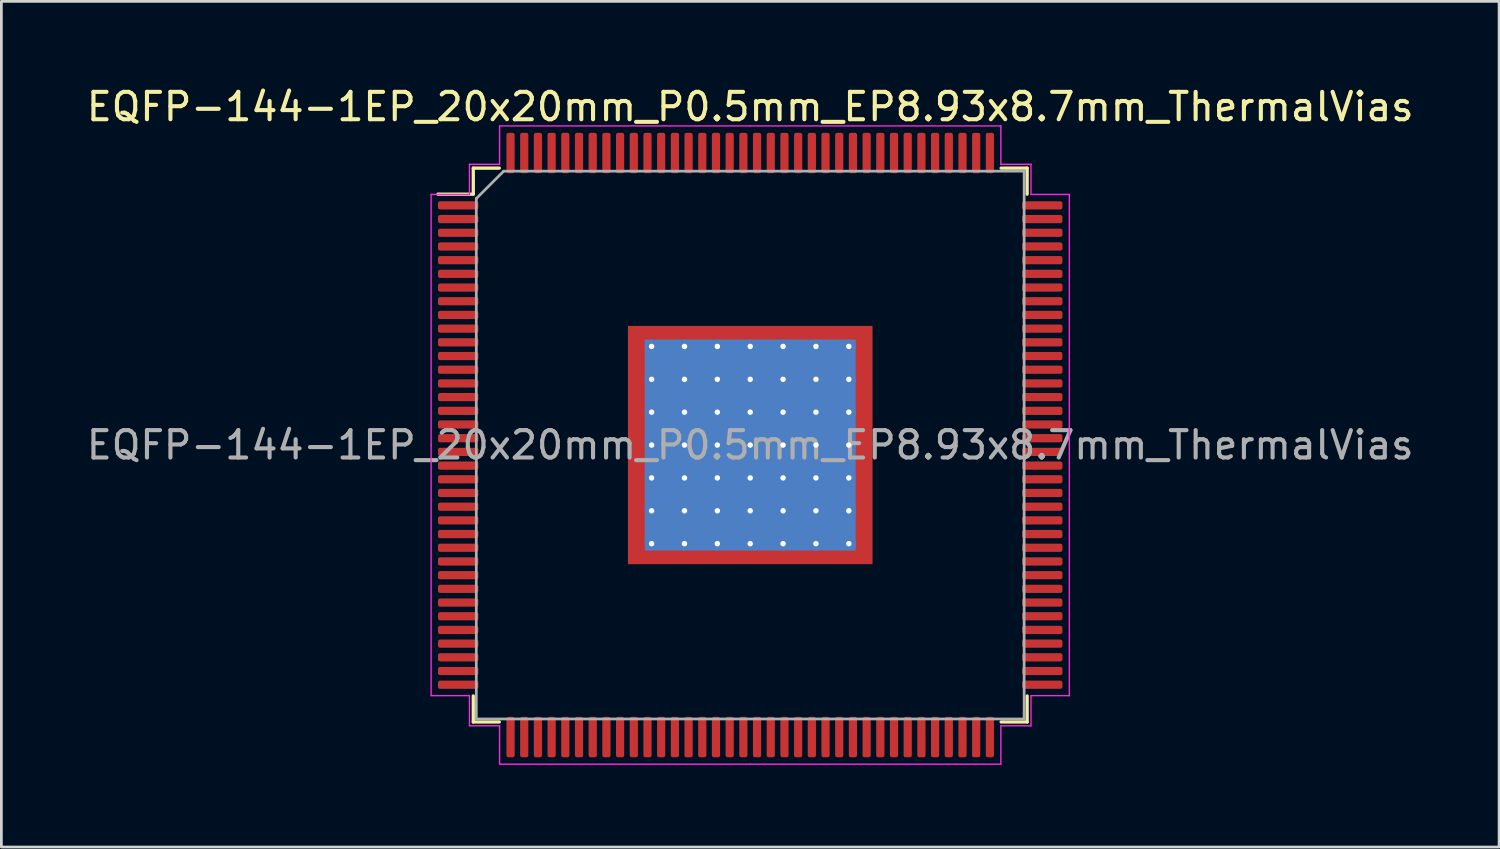
<source format=kicad_pcb>
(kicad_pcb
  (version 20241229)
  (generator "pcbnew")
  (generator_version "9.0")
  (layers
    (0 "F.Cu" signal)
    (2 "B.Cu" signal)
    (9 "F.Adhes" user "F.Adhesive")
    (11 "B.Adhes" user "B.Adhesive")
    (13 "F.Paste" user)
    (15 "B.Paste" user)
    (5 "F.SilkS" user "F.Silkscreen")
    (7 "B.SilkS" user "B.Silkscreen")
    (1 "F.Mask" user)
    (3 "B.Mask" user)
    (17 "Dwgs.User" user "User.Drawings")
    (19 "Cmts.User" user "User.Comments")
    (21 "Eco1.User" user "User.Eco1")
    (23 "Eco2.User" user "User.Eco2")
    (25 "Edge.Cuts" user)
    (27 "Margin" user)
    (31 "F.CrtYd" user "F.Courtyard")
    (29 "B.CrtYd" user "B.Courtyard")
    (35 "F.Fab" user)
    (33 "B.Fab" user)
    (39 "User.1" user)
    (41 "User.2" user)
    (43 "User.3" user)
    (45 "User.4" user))
  (footprint "EQFP-144-1EP_20x20mm_P0.5mm_EP8.93x8.7mm_ThermalVias"
    (layer "F.Cu")
    (at 24.339 13.198)
    (property "Reference" "EQFP-144-1EP_20x20mm_P0.5mm_EP8.93x8.7mm_ThermalVias" (at 0 -12.35 0) (layer "F.SilkS") (effects (font (size 1 1) (thickness 0.15))))
    (attr smd)
    (fp_line (start -10.11 -10.11) (end -10.11 -9.16) (stroke (width 0.12) (type solid)) (layer "F.SilkS"))
    (fp_line (start -10.11 -9.16) (end -11.4 -9.16) (stroke (width 0.12) (type solid)) (layer "F.SilkS"))
    (fp_line (start -10.11 10.11) (end -10.11 9.16) (stroke (width 0.12) (type solid)) (layer "F.SilkS"))
    (fp_line (start -9.16 -10.11) (end -10.11 -10.11) (stroke (width 0.12) (type solid)) (layer "F.SilkS"))
    (fp_line (start -9.16 10.11) (end -10.11 10.11) (stroke (width 0.12) (type solid)) (layer "F.SilkS"))
    (fp_line (start 9.16 -10.11) (end 10.11 -10.11) (stroke (width 0.12) (type solid)) (layer "F.SilkS"))
    (fp_line (start 9.16 10.11) (end 10.11 10.11) (stroke (width 0.12) (type solid)) (layer "F.SilkS"))
    (fp_line (start 10.11 -10.11) (end 10.11 -9.16) (stroke (width 0.12) (type solid)) (layer "F.SilkS"))
    (fp_line (start 10.11 10.11) (end 10.11 9.16) (stroke (width 0.12) (type solid)) (layer "F.SilkS"))
    (fp_line (start -11.65 -9.15) (end -11.65 0) (stroke (width 0.05) (type solid)) (layer "F.CrtYd"))
    (fp_line (start -11.65 9.15) (end -11.65 0) (stroke (width 0.05) (type solid)) (layer "F.CrtYd"))
    (fp_line (start -10.25 -10.25) (end -10.25 -9.15) (stroke (width 0.05) (type solid)) (layer "F.CrtYd"))
    (fp_line (start -10.25 -9.15) (end -11.65 -9.15) (stroke (width 0.05) (type solid)) (layer "F.CrtYd"))
    (fp_line (start -10.25 9.15) (end -11.65 9.15) (stroke (width 0.05) (type solid)) (layer "F.CrtYd"))
    (fp_line (start -10.25 10.25) (end -10.25 9.15) (stroke (width 0.05) (type solid)) (layer "F.CrtYd"))
    (fp_line (start -9.15 -11.65) (end -9.15 -10.25) (stroke (width 0.05) (type solid)) (layer "F.CrtYd"))
    (fp_line (start -9.15 -10.25) (end -10.25 -10.25) (stroke (width 0.05) (type solid)) (layer "F.CrtYd"))
    (fp_line (start -9.15 10.25) (end -10.25 10.25) (stroke (width 0.05) (type solid)) (layer "F.CrtYd"))
    (fp_line (start -9.15 11.65) (end -9.15 10.25) (stroke (width 0.05) (type solid)) (layer "F.CrtYd"))
    (fp_line (start 0 -11.65) (end -9.15 -11.65) (stroke (width 0.05) (type solid)) (layer "F.CrtYd"))
    (fp_line (start 0 -11.65) (end 9.15 -11.65) (stroke (width 0.05) (type solid)) (layer "F.CrtYd"))
    (fp_line (start 0 11.65) (end -9.15 11.65) (stroke (width 0.05) (type solid)) (layer "F.CrtYd"))
    (fp_line (start 0 11.65) (end 9.15 11.65) (stroke (width 0.05) (type solid)) (layer "F.CrtYd"))
    (fp_line (start 9.15 -11.65) (end 9.15 -10.25) (stroke (width 0.05) (type solid)) (layer "F.CrtYd"))
    (fp_line (start 9.15 -10.25) (end 10.25 -10.25) (stroke (width 0.05) (type solid)) (layer "F.CrtYd"))
    (fp_line (start 9.15 10.25) (end 10.25 10.25) (stroke (width 0.05) (type solid)) (layer "F.CrtYd"))
    (fp_line (start 9.15 11.65) (end 9.15 10.25) (stroke (width 0.05) (type solid)) (layer "F.CrtYd"))
    (fp_line (start 10.25 -10.25) (end 10.25 -9.15) (stroke (width 0.05) (type solid)) (layer "F.CrtYd"))
    (fp_line (start 10.25 -9.15) (end 11.65 -9.15) (stroke (width 0.05) (type solid)) (layer "F.CrtYd"))
    (fp_line (start 10.25 9.15) (end 11.65 9.15) (stroke (width 0.05) (type solid)) (layer "F.CrtYd"))
    (fp_line (start 10.25 10.25) (end 10.25 9.15) (stroke (width 0.05) (type solid)) (layer "F.CrtYd"))
    (fp_line (start 11.65 -9.15) (end 11.65 0) (stroke (width 0.05) (type solid)) (layer "F.CrtYd"))
    (fp_line (start 11.65 9.15) (end 11.65 0) (stroke (width 0.05) (type solid)) (layer "F.CrtYd"))
    (fp_line (start -10 -9) (end -9 -10) (stroke (width 0.1) (type solid)) (layer "F.Fab"))
    (fp_line (start -10 10) (end -10 -9) (stroke (width 0.1) (type solid)) (layer "F.Fab"))
    (fp_line (start -9 -10) (end 10 -10) (stroke (width 0.1) (type solid)) (layer "F.Fab"))
    (fp_line (start 10 -10) (end 10 10) (stroke (width 0.1) (type solid)) (layer "F.Fab"))
    (fp_line (start 10 10) (end -10 10) (stroke (width 0.1) (type solid)) (layer "F.Fab"))
    (fp_text user "${REFERENCE}" (at 0 0 0) (layer "F.Fab") (effects (font (size 1 1) (thickness 0.15))))
    (pad "" smd custom (at -4.032 -3.975) (size 0.515 0.515) (layers "F.Paste") (options (anchor circle)) (primitives (gr_poly (pts (xy -0.259 -0.213) (xy 0.259 -0.213) (xy 0.259 0.139) (xy 0.185 0.213) (xy -0.259 0.213)) (width 0.179) (fill yes))))
    (pad "" smd roundrect (at -4.032 -3) (size 0.697 0.967) (layers "F.Paste") (roundrect_rratio 0.25))
    (pad "" smd roundrect (at -4.032 -1.8) (size 0.697 0.967) (layers "F.Paste") (roundrect_rratio 0.25))
    (pad "" smd roundrect (at -4.032 -0.6) (size 0.697 0.967) (layers "F.Paste") (roundrect_rratio 0.25))
    (pad "" smd roundrect (at -4.032 0.6) (size 0.697 0.967) (layers "F.Paste") (roundrect_rratio 0.25))
    (pad "" smd roundrect (at -4.032 1.8) (size 0.697 0.967) (layers "F.Paste") (roundrect_rratio 0.25))
    (pad "" smd roundrect (at -4.032 3) (size 0.697 0.967) (layers "F.Paste") (roundrect_rratio 0.25))
    (pad "" smd custom (at -4.032 3.975) (size 0.515 0.515) (layers "F.Paste") (options (anchor circle)) (primitives (gr_poly (pts (xy -0.259 -0.213) (xy 0.185 -0.213) (xy 0.259 -0.139) (xy 0.259 0.213) (xy -0.259 0.213)) (width 0.179) (fill yes))))
    (pad "" smd custom (at -3 -3.975) (size 0.538 0.538) (layers "F.Paste") (options (anchor circle)) (primitives (gr_poly (pts (xy -0.417 -0.236) (xy 0.417 -0.236) (xy 0.417 0.181) (xy 0.362 0.236) (xy -0.362 0.236) (xy -0.417 0.181)) (width 0.133) (fill yes))))
    (pad "" smd roundrect (at -3 -3) (size 0.967 0.967) (layers "F.Paste") (roundrect_rratio 0.25))
    (pad "" smd roundrect (at -3 -1.8) (size 0.967 0.967) (layers "F.Paste") (roundrect_rratio 0.25))
    (pad "" smd roundrect (at -3 -0.6) (size 0.967 0.967) (layers "F.Paste") (roundrect_rratio 0.25))
    (pad "" smd roundrect (at -3 0.6) (size 0.967 0.967) (layers "F.Paste") (roundrect_rratio 0.25))
    (pad "" smd roundrect (at -3 1.8) (size 0.967 0.967) (layers "F.Paste") (roundrect_rratio 0.25))
    (pad "" smd roundrect (at -3 3) (size 0.967 0.967) (layers "F.Paste") (roundrect_rratio 0.25))
    (pad "" smd custom (at -3 3.975) (size 0.538 0.538) (layers "F.Paste") (options (anchor circle)) (primitives (gr_poly (pts (xy -0.417 -0.181) (xy -0.362 -0.236) (xy 0.362 -0.236) (xy 0.417 -0.181) (xy 0.417 0.236) (xy -0.417 0.236)) (width 0.133) (fill yes))))
    (pad "" smd custom (at -1.8 -3.975) (size 0.538 0.538) (layers "F.Paste") (options (anchor circle)) (primitives (gr_poly (pts (xy -0.417 -0.236) (xy 0.417 -0.236) (xy 0.417 0.181) (xy 0.362 0.236) (xy -0.362 0.236) (xy -0.417 0.181)) (width 0.133) (fill yes))))
    (pad "" smd roundrect (at -1.8 -3) (size 0.967 0.967) (layers "F.Paste") (roundrect_rratio 0.25))
    (pad "" smd roundrect (at -1.8 -1.8) (size 0.967 0.967) (layers "F.Paste") (roundrect_rratio 0.25))
    (pad "" smd roundrect (at -1.8 -0.6) (size 0.967 0.967) (layers "F.Paste") (roundrect_rratio 0.25))
    (pad "" smd roundrect (at -1.8 0.6) (size 0.967 0.967) (layers "F.Paste") (roundrect_rratio 0.25))
    (pad "" smd roundrect (at -1.8 1.8) (size 0.967 0.967) (layers "F.Paste") (roundrect_rratio 0.25))
    (pad "" smd roundrect (at -1.8 3) (size 0.967 0.967) (layers "F.Paste") (roundrect_rratio 0.25))
    (pad "" smd custom (at -1.8 3.975) (size 0.538 0.538) (layers "F.Paste") (options (anchor circle)) (primitives (gr_poly (pts (xy -0.417 -0.181) (xy -0.362 -0.236) (xy 0.362 -0.236) (xy 0.417 -0.181) (xy 0.417 0.236) (xy -0.417 0.236)) (width 0.133) (fill yes))))
    (pad "" smd custom (at -0.6 -3.975) (size 0.538 0.538) (layers "F.Paste") (options (anchor circle)) (primitives (gr_poly (pts (xy -0.417 -0.236) (xy 0.417 -0.236) (xy 0.417 0.181) (xy 0.362 0.236) (xy -0.362 0.236) (xy -0.417 0.181)) (width 0.133) (fill yes))))
    (pad "" smd roundrect (at -0.6 -3) (size 0.967 0.967) (layers "F.Paste") (roundrect_rratio 0.25))
    (pad "" smd roundrect (at -0.6 -1.8) (size 0.967 0.967) (layers "F.Paste") (roundrect_rratio 0.25))
    (pad "" smd roundrect (at -0.6 -0.6) (size 0.967 0.967) (layers "F.Paste") (roundrect_rratio 0.25))
    (pad "" smd roundrect (at -0.6 0.6) (size 0.967 0.967) (layers "F.Paste") (roundrect_rratio 0.25))
    (pad "" smd roundrect (at -0.6 1.8) (size 0.967 0.967) (layers "F.Paste") (roundrect_rratio 0.25))
    (pad "" smd roundrect (at -0.6 3) (size 0.967 0.967) (layers "F.Paste") (roundrect_rratio 0.25))
    (pad "" smd custom (at -0.6 3.975) (size 0.538 0.538) (layers "F.Paste") (options (anchor circle)) (primitives (gr_poly (pts (xy -0.417 -0.181) (xy -0.362 -0.236) (xy 0.362 -0.236) (xy 0.417 -0.181) (xy 0.417 0.236) (xy -0.417 0.236)) (width 0.133) (fill yes))))
    (pad "" smd custom (at 0.6 -3.975) (size 0.538 0.538) (layers "F.Paste") (options (anchor circle)) (primitives (gr_poly (pts (xy -0.417 -0.236) (xy 0.417 -0.236) (xy 0.417 0.181) (xy 0.362 0.236) (xy -0.362 0.236) (xy -0.417 0.181)) (width 0.133) (fill yes))))
    (pad "" smd roundrect (at 0.6 -3) (size 0.967 0.967) (layers "F.Paste") (roundrect_rratio 0.25))
    (pad "" smd roundrect (at 0.6 -1.8) (size 0.967 0.967) (layers "F.Paste") (roundrect_rratio 0.25))
    (pad "" smd roundrect (at 0.6 -0.6) (size 0.967 0.967) (layers "F.Paste") (roundrect_rratio 0.25))
    (pad "" smd roundrect (at 0.6 0.6) (size 0.967 0.967) (layers "F.Paste") (roundrect_rratio 0.25))
    (pad "" smd roundrect (at 0.6 1.8) (size 0.967 0.967) (layers "F.Paste") (roundrect_rratio 0.25))
    (pad "" smd roundrect (at 0.6 3) (size 0.967 0.967) (layers "F.Paste") (roundrect_rratio 0.25))
    (pad "" smd custom (at 0.6 3.975) (size 0.538 0.538) (layers "F.Paste") (options (anchor circle)) (primitives (gr_poly (pts (xy -0.417 -0.181) (xy -0.362 -0.236) (xy 0.362 -0.236) (xy 0.417 -0.181) (xy 0.417 0.236) (xy -0.417 0.236)) (width 0.133) (fill yes))))
    (pad "" smd custom (at 1.8 -3.975) (size 0.538 0.538) (layers "F.Paste") (options (anchor circle)) (primitives (gr_poly (pts (xy -0.417 -0.236) (xy 0.417 -0.236) (xy 0.417 0.181) (xy 0.362 0.236) (xy -0.362 0.236) (xy -0.417 0.181)) (width 0.133) (fill yes))))
    (pad "" smd roundrect (at 1.8 -3) (size 0.967 0.967) (layers "F.Paste") (roundrect_rratio 0.25))
    (pad "" smd roundrect (at 1.8 -1.8) (size 0.967 0.967) (layers "F.Paste") (roundrect_rratio 0.25))
    (pad "" smd roundrect (at 1.8 -0.6) (size 0.967 0.967) (layers "F.Paste") (roundrect_rratio 0.25))
    (pad "" smd roundrect (at 1.8 0.6) (size 0.967 0.967) (layers "F.Paste") (roundrect_rratio 0.25))
    (pad "" smd roundrect (at 1.8 1.8) (size 0.967 0.967) (layers "F.Paste") (roundrect_rratio 0.25))
    (pad "" smd roundrect (at 1.8 3) (size 0.967 0.967) (layers "F.Paste") (roundrect_rratio 0.25))
    (pad "" smd custom (at 1.8 3.975) (size 0.538 0.538) (layers "F.Paste") (options (anchor circle)) (primitives (gr_poly (pts (xy -0.417 -0.181) (xy -0.362 -0.236) (xy 0.362 -0.236) (xy 0.417 -0.181) (xy 0.417 0.236) (xy -0.417 0.236)) (width 0.133) (fill yes))))
    (pad "" smd custom (at 3 -3.975) (size 0.538 0.538) (layers "F.Paste") (options (anchor circle)) (primitives (gr_poly (pts (xy -0.417 -0.236) (xy 0.417 -0.236) (xy 0.417 0.181) (xy 0.362 0.236) (xy -0.362 0.236) (xy -0.417 0.181)) (width 0.133) (fill yes))))
    (pad "" smd roundrect (at 3 -3) (size 0.967 0.967) (layers "F.Paste") (roundrect_rratio 0.25))
    (pad "" smd roundrect (at 3 -1.8) (size 0.967 0.967) (layers "F.Paste") (roundrect_rratio 0.25))
    (pad "" smd roundrect (at 3 -0.6) (size 0.967 0.967) (layers "F.Paste") (roundrect_rratio 0.25))
    (pad "" smd roundrect (at 3 0.6) (size 0.967 0.967) (layers "F.Paste") (roundrect_rratio 0.25))
    (pad "" smd roundrect (at 3 1.8) (size 0.967 0.967) (layers "F.Paste") (roundrect_rratio 0.25))
    (pad "" smd roundrect (at 3 3) (size 0.967 0.967) (layers "F.Paste") (roundrect_rratio 0.25))
    (pad "" smd custom (at 3 3.975) (size 0.538 0.538) (layers "F.Paste") (options (anchor circle)) (primitives (gr_poly (pts (xy -0.417 -0.181) (xy -0.362 -0.236) (xy 0.362 -0.236) (xy 0.417 -0.181) (xy 0.417 0.236) (xy -0.417 0.236)) (width 0.133) (fill yes))))
    (pad "" smd custom (at 4.032 -3.975) (size 0.515 0.515) (layers "F.Paste") (options (anchor circle)) (primitives (gr_poly (pts (xy -0.259 -0.213) (xy 0.259 -0.213) (xy 0.259 0.213) (xy -0.185 0.213) (xy -0.259 0.139)) (width 0.179) (fill yes))))
    (pad "" smd roundrect (at 4.032 -3) (size 0.697 0.967) (layers "F.Paste") (roundrect_rratio 0.25))
    (pad "" smd roundrect (at 4.032 -1.8) (size 0.697 0.967) (layers "F.Paste") (roundrect_rratio 0.25))
    (pad "" smd roundrect (at 4.032 -0.6) (size 0.697 0.967) (layers "F.Paste") (roundrect_rratio 0.25))
    (pad "" smd roundrect (at 4.032 0.6) (size 0.697 0.967) (layers "F.Paste") (roundrect_rratio 0.25))
    (pad "" smd roundrect (at 4.032 1.8) (size 0.697 0.967) (layers "F.Paste") (roundrect_rratio 0.25))
    (pad "" smd roundrect (at 4.032 3) (size 0.697 0.967) (layers "F.Paste") (roundrect_rratio 0.25))
    (pad "" smd custom (at 4.032 3.975) (size 0.515 0.515) (layers "F.Paste") (options (anchor circle)) (primitives (gr_poly (pts (xy -0.259 -0.139) (xy -0.185 -0.213) (xy 0.259 -0.213) (xy 0.259 0.213) (xy -0.259 0.213)) (width 0.179) (fill yes))))
    (pad "1" smd roundrect (at -10.662 -8.75) (size 1.475 0.3) (layers "F.Cu" "F.Mask" "F.Paste") (roundrect_rratio 0.25))
    (pad "2" smd roundrect (at -10.662 -8.25) (size 1.475 0.3) (layers "F.Cu" "F.Mask" "F.Paste") (roundrect_rratio 0.25))
    (pad "3" smd roundrect (at -10.662 -7.75) (size 1.475 0.3) (layers "F.Cu" "F.Mask" "F.Paste") (roundrect_rratio 0.25))
    (pad "4" smd roundrect (at -10.662 -7.25) (size 1.475 0.3) (layers "F.Cu" "F.Mask" "F.Paste") (roundrect_rratio 0.25))
    (pad "5" smd roundrect (at -10.662 -6.75) (size 1.475 0.3) (layers "F.Cu" "F.Mask" "F.Paste") (roundrect_rratio 0.25))
    (pad "6" smd roundrect (at -10.662 -6.25) (size 1.475 0.3) (layers "F.Cu" "F.Mask" "F.Paste") (roundrect_rratio 0.25))
    (pad "7" smd roundrect (at -10.662 -5.75) (size 1.475 0.3) (layers "F.Cu" "F.Mask" "F.Paste") (roundrect_rratio 0.25))
    (pad "8" smd roundrect (at -10.662 -5.25) (size 1.475 0.3) (layers "F.Cu" "F.Mask" "F.Paste") (roundrect_rratio 0.25))
    (pad "9" smd roundrect (at -10.662 -4.75) (size 1.475 0.3) (layers "F.Cu" "F.Mask" "F.Paste") (roundrect_rratio 0.25))
    (pad "10" smd roundrect (at -10.662 -4.25) (size 1.475 0.3) (layers "F.Cu" "F.Mask" "F.Paste") (roundrect_rratio 0.25))
    (pad "11" smd roundrect (at -10.662 -3.75) (size 1.475 0.3) (layers "F.Cu" "F.Mask" "F.Paste") (roundrect_rratio 0.25))
    (pad "12" smd roundrect (at -10.662 -3.25) (size 1.475 0.3) (layers "F.Cu" "F.Mask" "F.Paste") (roundrect_rratio 0.25))
    (pad "13" smd roundrect (at -10.662 -2.75) (size 1.475 0.3) (layers "F.Cu" "F.Mask" "F.Paste") (roundrect_rratio 0.25))
    (pad "14" smd roundrect (at -10.662 -2.25) (size 1.475 0.3) (layers "F.Cu" "F.Mask" "F.Paste") (roundrect_rratio 0.25))
    (pad "15" smd roundrect (at -10.662 -1.75) (size 1.475 0.3) (layers "F.Cu" "F.Mask" "F.Paste") (roundrect_rratio 0.25))
    (pad "16" smd roundrect (at -10.662 -1.25) (size 1.475 0.3) (layers "F.Cu" "F.Mask" "F.Paste") (roundrect_rratio 0.25))
    (pad "17" smd roundrect (at -10.662 -0.75) (size 1.475 0.3) (layers "F.Cu" "F.Mask" "F.Paste") (roundrect_rratio 0.25))
    (pad "18" smd roundrect (at -10.662 -0.25) (size 1.475 0.3) (layers "F.Cu" "F.Mask" "F.Paste") (roundrect_rratio 0.25))
    (pad "19" smd roundrect (at -10.662 0.25) (size 1.475 0.3) (layers "F.Cu" "F.Mask" "F.Paste") (roundrect_rratio 0.25))
    (pad "20" smd roundrect (at -10.662 0.75) (size 1.475 0.3) (layers "F.Cu" "F.Mask" "F.Paste") (roundrect_rratio 0.25))
    (pad "21" smd roundrect (at -10.662 1.25) (size 1.475 0.3) (layers "F.Cu" "F.Mask" "F.Paste") (roundrect_rratio 0.25))
    (pad "22" smd roundrect (at -10.662 1.75) (size 1.475 0.3) (layers "F.Cu" "F.Mask" "F.Paste") (roundrect_rratio 0.25))
    (pad "23" smd roundrect (at -10.662 2.25) (size 1.475 0.3) (layers "F.Cu" "F.Mask" "F.Paste") (roundrect_rratio 0.25))
    (pad "24" smd roundrect (at -10.662 2.75) (size 1.475 0.3) (layers "F.Cu" "F.Mask" "F.Paste") (roundrect_rratio 0.25))
    (pad "25" smd roundrect (at -10.662 3.25) (size 1.475 0.3) (layers "F.Cu" "F.Mask" "F.Paste") (roundrect_rratio 0.25))
    (pad "26" smd roundrect (at -10.662 3.75) (size 1.475 0.3) (layers "F.Cu" "F.Mask" "F.Paste") (roundrect_rratio 0.25))
    (pad "27" smd roundrect (at -10.662 4.25) (size 1.475 0.3) (layers "F.Cu" "F.Mask" "F.Paste") (roundrect_rratio 0.25))
    (pad "28" smd roundrect (at -10.662 4.75) (size 1.475 0.3) (layers "F.Cu" "F.Mask" "F.Paste") (roundrect_rratio 0.25))
    (pad "29" smd roundrect (at -10.662 5.25) (size 1.475 0.3) (layers "F.Cu" "F.Mask" "F.Paste") (roundrect_rratio 0.25))
    (pad "30" smd roundrect (at -10.662 5.75) (size 1.475 0.3) (layers "F.Cu" "F.Mask" "F.Paste") (roundrect_rratio 0.25))
    (pad "31" smd roundrect (at -10.662 6.25) (size 1.475 0.3) (layers "F.Cu" "F.Mask" "F.Paste") (roundrect_rratio 0.25))
    (pad "32" smd roundrect (at -10.662 6.75) (size 1.475 0.3) (layers "F.Cu" "F.Mask" "F.Paste") (roundrect_rratio 0.25))
    (pad "33" smd roundrect (at -10.662 7.25) (size 1.475 0.3) (layers "F.Cu" "F.Mask" "F.Paste") (roundrect_rratio 0.25))
    (pad "34" smd roundrect (at -10.662 7.75) (size 1.475 0.3) (layers "F.Cu" "F.Mask" "F.Paste") (roundrect_rratio 0.25))
    (pad "35" smd roundrect (at -10.662 8.25) (size 1.475 0.3) (layers "F.Cu" "F.Mask" "F.Paste") (roundrect_rratio 0.25))
    (pad "36" smd roundrect (at -10.662 8.75) (size 1.475 0.3) (layers "F.Cu" "F.Mask" "F.Paste") (roundrect_rratio 0.25))
    (pad "37" smd roundrect (at -8.75 10.662) (size 0.3 1.475) (layers "F.Cu" "F.Mask" "F.Paste") (roundrect_rratio 0.25))
    (pad "38" smd roundrect (at -8.25 10.662) (size 0.3 1.475) (layers "F.Cu" "F.Mask" "F.Paste") (roundrect_rratio 0.25))
    (pad "39" smd roundrect (at -7.75 10.662) (size 0.3 1.475) (layers "F.Cu" "F.Mask" "F.Paste") (roundrect_rratio 0.25))
    (pad "40" smd roundrect (at -7.25 10.662) (size 0.3 1.475) (layers "F.Cu" "F.Mask" "F.Paste") (roundrect_rratio 0.25))
    (pad "41" smd roundrect (at -6.75 10.662) (size 0.3 1.475) (layers "F.Cu" "F.Mask" "F.Paste") (roundrect_rratio 0.25))
    (pad "42" smd roundrect (at -6.25 10.662) (size 0.3 1.475) (layers "F.Cu" "F.Mask" "F.Paste") (roundrect_rratio 0.25))
    (pad "43" smd roundrect (at -5.75 10.662) (size 0.3 1.475) (layers "F.Cu" "F.Mask" "F.Paste") (roundrect_rratio 0.25))
    (pad "44" smd roundrect (at -5.25 10.662) (size 0.3 1.475) (layers "F.Cu" "F.Mask" "F.Paste") (roundrect_rratio 0.25))
    (pad "45" smd roundrect (at -4.75 10.662) (size 0.3 1.475) (layers "F.Cu" "F.Mask" "F.Paste") (roundrect_rratio 0.25))
    (pad "46" smd roundrect (at -4.25 10.662) (size 0.3 1.475) (layers "F.Cu" "F.Mask" "F.Paste") (roundrect_rratio 0.25))
    (pad "47" smd roundrect (at -3.75 10.662) (size 0.3 1.475) (layers "F.Cu" "F.Mask" "F.Paste") (roundrect_rratio 0.25))
    (pad "48" smd roundrect (at -3.25 10.662) (size 0.3 1.475) (layers "F.Cu" "F.Mask" "F.Paste") (roundrect_rratio 0.25))
    (pad "49" smd roundrect (at -2.75 10.662) (size 0.3 1.475) (layers "F.Cu" "F.Mask" "F.Paste") (roundrect_rratio 0.25))
    (pad "50" smd roundrect (at -2.25 10.662) (size 0.3 1.475) (layers "F.Cu" "F.Mask" "F.Paste") (roundrect_rratio 0.25))
    (pad "51" smd roundrect (at -1.75 10.662) (size 0.3 1.475) (layers "F.Cu" "F.Mask" "F.Paste") (roundrect_rratio 0.25))
    (pad "52" smd roundrect (at -1.25 10.662) (size 0.3 1.475) (layers "F.Cu" "F.Mask" "F.Paste") (roundrect_rratio 0.25))
    (pad "53" smd roundrect (at -0.75 10.662) (size 0.3 1.475) (layers "F.Cu" "F.Mask" "F.Paste") (roundrect_rratio 0.25))
    (pad "54" smd roundrect (at -0.25 10.662) (size 0.3 1.475) (layers "F.Cu" "F.Mask" "F.Paste") (roundrect_rratio 0.25))
    (pad "55" smd roundrect (at 0.25 10.662) (size 0.3 1.475) (layers "F.Cu" "F.Mask" "F.Paste") (roundrect_rratio 0.25))
    (pad "56" smd roundrect (at 0.75 10.662) (size 0.3 1.475) (layers "F.Cu" "F.Mask" "F.Paste") (roundrect_rratio 0.25))
    (pad "57" smd roundrect (at 1.25 10.662) (size 0.3 1.475) (layers "F.Cu" "F.Mask" "F.Paste") (roundrect_rratio 0.25))
    (pad "58" smd roundrect (at 1.75 10.662) (size 0.3 1.475) (layers "F.Cu" "F.Mask" "F.Paste") (roundrect_rratio 0.25))
    (pad "59" smd roundrect (at 2.25 10.662) (size 0.3 1.475) (layers "F.Cu" "F.Mask" "F.Paste") (roundrect_rratio 0.25))
    (pad "60" smd roundrect (at 2.75 10.662) (size 0.3 1.475) (layers "F.Cu" "F.Mask" "F.Paste") (roundrect_rratio 0.25))
    (pad "61" smd roundrect (at 3.25 10.662) (size 0.3 1.475) (layers "F.Cu" "F.Mask" "F.Paste") (roundrect_rratio 0.25))
    (pad "62" smd roundrect (at 3.75 10.662) (size 0.3 1.475) (layers "F.Cu" "F.Mask" "F.Paste") (roundrect_rratio 0.25))
    (pad "63" smd roundrect (at 4.25 10.662) (size 0.3 1.475) (layers "F.Cu" "F.Mask" "F.Paste") (roundrect_rratio 0.25))
    (pad "64" smd roundrect (at 4.75 10.662) (size 0.3 1.475) (layers "F.Cu" "F.Mask" "F.Paste") (roundrect_rratio 0.25))
    (pad "65" smd roundrect (at 5.25 10.662) (size 0.3 1.475) (layers "F.Cu" "F.Mask" "F.Paste") (roundrect_rratio 0.25))
    (pad "66" smd roundrect (at 5.75 10.662) (size 0.3 1.475) (layers "F.Cu" "F.Mask" "F.Paste") (roundrect_rratio 0.25))
    (pad "67" smd roundrect (at 6.25 10.662) (size 0.3 1.475) (layers "F.Cu" "F.Mask" "F.Paste") (roundrect_rratio 0.25))
    (pad "68" smd roundrect (at 6.75 10.662) (size 0.3 1.475) (layers "F.Cu" "F.Mask" "F.Paste") (roundrect_rratio 0.25))
    (pad "69" smd roundrect (at 7.25 10.662) (size 0.3 1.475) (layers "F.Cu" "F.Mask" "F.Paste") (roundrect_rratio 0.25))
    (pad "70" smd roundrect (at 7.75 10.662) (size 0.3 1.475) (layers "F.Cu" "F.Mask" "F.Paste") (roundrect_rratio 0.25))
    (pad "71" smd roundrect (at 8.25 10.662) (size 0.3 1.475) (layers "F.Cu" "F.Mask" "F.Paste") (roundrect_rratio 0.25))
    (pad "72" smd roundrect (at 8.75 10.662) (size 0.3 1.475) (layers "F.Cu" "F.Mask" "F.Paste") (roundrect_rratio 0.25))
    (pad "73" smd roundrect (at 10.662 8.75) (size 1.475 0.3) (layers "F.Cu" "F.Mask" "F.Paste") (roundrect_rratio 0.25))
    (pad "74" smd roundrect (at 10.662 8.25) (size 1.475 0.3) (layers "F.Cu" "F.Mask" "F.Paste") (roundrect_rratio 0.25))
    (pad "75" smd roundrect (at 10.662 7.75) (size 1.475 0.3) (layers "F.Cu" "F.Mask" "F.Paste") (roundrect_rratio 0.25))
    (pad "76" smd roundrect (at 10.662 7.25) (size 1.475 0.3) (layers "F.Cu" "F.Mask" "F.Paste") (roundrect_rratio 0.25))
    (pad "77" smd roundrect (at 10.662 6.75) (size 1.475 0.3) (layers "F.Cu" "F.Mask" "F.Paste") (roundrect_rratio 0.25))
    (pad "78" smd roundrect (at 10.662 6.25) (size 1.475 0.3) (layers "F.Cu" "F.Mask" "F.Paste") (roundrect_rratio 0.25))
    (pad "79" smd roundrect (at 10.662 5.75) (size 1.475 0.3) (layers "F.Cu" "F.Mask" "F.Paste") (roundrect_rratio 0.25))
    (pad "80" smd roundrect (at 10.662 5.25) (size 1.475 0.3) (layers "F.Cu" "F.Mask" "F.Paste") (roundrect_rratio 0.25))
    (pad "81" smd roundrect (at 10.662 4.75) (size 1.475 0.3) (layers "F.Cu" "F.Mask" "F.Paste") (roundrect_rratio 0.25))
    (pad "82" smd roundrect (at 10.662 4.25) (size 1.475 0.3) (layers "F.Cu" "F.Mask" "F.Paste") (roundrect_rratio 0.25))
    (pad "83" smd roundrect (at 10.662 3.75) (size 1.475 0.3) (layers "F.Cu" "F.Mask" "F.Paste") (roundrect_rratio 0.25))
    (pad "84" smd roundrect (at 10.662 3.25) (size 1.475 0.3) (layers "F.Cu" "F.Mask" "F.Paste") (roundrect_rratio 0.25))
    (pad "85" smd roundrect (at 10.662 2.75) (size 1.475 0.3) (layers "F.Cu" "F.Mask" "F.Paste") (roundrect_rratio 0.25))
    (pad "86" smd roundrect (at 10.662 2.25) (size 1.475 0.3) (layers "F.Cu" "F.Mask" "F.Paste") (roundrect_rratio 0.25))
    (pad "87" smd roundrect (at 10.662 1.75) (size 1.475 0.3) (layers "F.Cu" "F.Mask" "F.Paste") (roundrect_rratio 0.25))
    (pad "88" smd roundrect (at 10.662 1.25) (size 1.475 0.3) (layers "F.Cu" "F.Mask" "F.Paste") (roundrect_rratio 0.25))
    (pad "89" smd roundrect (at 10.662 0.75) (size 1.475 0.3) (layers "F.Cu" "F.Mask" "F.Paste") (roundrect_rratio 0.25))
    (pad "90" smd roundrect (at 10.662 0.25) (size 1.475 0.3) (layers "F.Cu" "F.Mask" "F.Paste") (roundrect_rratio 0.25))
    (pad "91" smd roundrect (at 10.662 -0.25) (size 1.475 0.3) (layers "F.Cu" "F.Mask" "F.Paste") (roundrect_rratio 0.25))
    (pad "92" smd roundrect (at 10.662 -0.75) (size 1.475 0.3) (layers "F.Cu" "F.Mask" "F.Paste") (roundrect_rratio 0.25))
    (pad "93" smd roundrect (at 10.662 -1.25) (size 1.475 0.3) (layers "F.Cu" "F.Mask" "F.Paste") (roundrect_rratio 0.25))
    (pad "94" smd roundrect (at 10.662 -1.75) (size 1.475 0.3) (layers "F.Cu" "F.Mask" "F.Paste") (roundrect_rratio 0.25))
    (pad "95" smd roundrect (at 10.662 -2.25) (size 1.475 0.3) (layers "F.Cu" "F.Mask" "F.Paste") (roundrect_rratio 0.25))
    (pad "96" smd roundrect (at 10.662 -2.75) (size 1.475 0.3) (layers "F.Cu" "F.Mask" "F.Paste") (roundrect_rratio 0.25))
    (pad "97" smd roundrect (at 10.662 -3.25) (size 1.475 0.3) (layers "F.Cu" "F.Mask" "F.Paste") (roundrect_rratio 0.25))
    (pad "98" smd roundrect (at 10.662 -3.75) (size 1.475 0.3) (layers "F.Cu" "F.Mask" "F.Paste") (roundrect_rratio 0.25))
    (pad "99" smd roundrect (at 10.662 -4.25) (size 1.475 0.3) (layers "F.Cu" "F.Mask" "F.Paste") (roundrect_rratio 0.25))
    (pad "100" smd roundrect (at 10.662 -4.75) (size 1.475 0.3) (layers "F.Cu" "F.Mask" "F.Paste") (roundrect_rratio 0.25))
    (pad "101" smd roundrect (at 10.662 -5.25) (size 1.475 0.3) (layers "F.Cu" "F.Mask" "F.Paste") (roundrect_rratio 0.25))
    (pad "102" smd roundrect (at 10.662 -5.75) (size 1.475 0.3) (layers "F.Cu" "F.Mask" "F.Paste") (roundrect_rratio 0.25))
    (pad "103" smd roundrect (at 10.662 -6.25) (size 1.475 0.3) (layers "F.Cu" "F.Mask" "F.Paste") (roundrect_rratio 0.25))
    (pad "104" smd roundrect (at 10.662 -6.75) (size 1.475 0.3) (layers "F.Cu" "F.Mask" "F.Paste") (roundrect_rratio 0.25))
    (pad "105" smd roundrect (at 10.662 -7.25) (size 1.475 0.3) (layers "F.Cu" "F.Mask" "F.Paste") (roundrect_rratio 0.25))
    (pad "106" smd roundrect (at 10.662 -7.75) (size 1.475 0.3) (layers "F.Cu" "F.Mask" "F.Paste") (roundrect_rratio 0.25))
    (pad "107" smd roundrect (at 10.662 -8.25) (size 1.475 0.3) (layers "F.Cu" "F.Mask" "F.Paste") (roundrect_rratio 0.25))
    (pad "108" smd roundrect (at 10.662 -8.75) (size 1.475 0.3) (layers "F.Cu" "F.Mask" "F.Paste") (roundrect_rratio 0.25))
    (pad "109" smd roundrect (at 8.75 -10.662) (size 0.3 1.475) (layers "F.Cu" "F.Mask" "F.Paste") (roundrect_rratio 0.25))
    (pad "110" smd roundrect (at 8.25 -10.662) (size 0.3 1.475) (layers "F.Cu" "F.Mask" "F.Paste") (roundrect_rratio 0.25))
    (pad "111" smd roundrect (at 7.75 -10.662) (size 0.3 1.475) (layers "F.Cu" "F.Mask" "F.Paste") (roundrect_rratio 0.25))
    (pad "112" smd roundrect (at 7.25 -10.662) (size 0.3 1.475) (layers "F.Cu" "F.Mask" "F.Paste") (roundrect_rratio 0.25))
    (pad "113" smd roundrect (at 6.75 -10.662) (size 0.3 1.475) (layers "F.Cu" "F.Mask" "F.Paste") (roundrect_rratio 0.25))
    (pad "114" smd roundrect (at 6.25 -10.662) (size 0.3 1.475) (layers "F.Cu" "F.Mask" "F.Paste") (roundrect_rratio 0.25))
    (pad "115" smd roundrect (at 5.75 -10.662) (size 0.3 1.475) (layers "F.Cu" "F.Mask" "F.Paste") (roundrect_rratio 0.25))
    (pad "116" smd roundrect (at 5.25 -10.662) (size 0.3 1.475) (layers "F.Cu" "F.Mask" "F.Paste") (roundrect_rratio 0.25))
    (pad "117" smd roundrect (at 4.75 -10.662) (size 0.3 1.475) (layers "F.Cu" "F.Mask" "F.Paste") (roundrect_rratio 0.25))
    (pad "118" smd roundrect (at 4.25 -10.662) (size 0.3 1.475) (layers "F.Cu" "F.Mask" "F.Paste") (roundrect_rratio 0.25))
    (pad "119" smd roundrect (at 3.75 -10.662) (size 0.3 1.475) (layers "F.Cu" "F.Mask" "F.Paste") (roundrect_rratio 0.25))
    (pad "120" smd roundrect (at 3.25 -10.662) (size 0.3 1.475) (layers "F.Cu" "F.Mask" "F.Paste") (roundrect_rratio 0.25))
    (pad "121" smd roundrect (at 2.75 -10.662) (size 0.3 1.475) (layers "F.Cu" "F.Mask" "F.Paste") (roundrect_rratio 0.25))
    (pad "122" smd roundrect (at 2.25 -10.662) (size 0.3 1.475) (layers "F.Cu" "F.Mask" "F.Paste") (roundrect_rratio 0.25))
    (pad "123" smd roundrect (at 1.75 -10.662) (size 0.3 1.475) (layers "F.Cu" "F.Mask" "F.Paste") (roundrect_rratio 0.25))
    (pad "124" smd roundrect (at 1.25 -10.662) (size 0.3 1.475) (layers "F.Cu" "F.Mask" "F.Paste") (roundrect_rratio 0.25))
    (pad "125" smd roundrect (at 0.75 -10.662) (size 0.3 1.475) (layers "F.Cu" "F.Mask" "F.Paste") (roundrect_rratio 0.25))
    (pad "126" smd roundrect (at 0.25 -10.662) (size 0.3 1.475) (layers "F.Cu" "F.Mask" "F.Paste") (roundrect_rratio 0.25))
    (pad "127" smd roundrect (at -0.25 -10.662) (size 0.3 1.475) (layers "F.Cu" "F.Mask" "F.Paste") (roundrect_rratio 0.25))
    (pad "128" smd roundrect (at -0.75 -10.662) (size 0.3 1.475) (layers "F.Cu" "F.Mask" "F.Paste") (roundrect_rratio 0.25))
    (pad "129" smd roundrect (at -1.25 -10.662) (size 0.3 1.475) (layers "F.Cu" "F.Mask" "F.Paste") (roundrect_rratio 0.25))
    (pad "130" smd roundrect (at -1.75 -10.662) (size 0.3 1.475) (layers "F.Cu" "F.Mask" "F.Paste") (roundrect_rratio 0.25))
    (pad "131" smd roundrect (at -2.25 -10.662) (size 0.3 1.475) (layers "F.Cu" "F.Mask" "F.Paste") (roundrect_rratio 0.25))
    (pad "132" smd roundrect (at -2.75 -10.662) (size 0.3 1.475) (layers "F.Cu" "F.Mask" "F.Paste") (roundrect_rratio 0.25))
    (pad "133" smd roundrect (at -3.25 -10.662) (size 0.3 1.475) (layers "F.Cu" "F.Mask" "F.Paste") (roundrect_rratio 0.25))
    (pad "134" smd roundrect (at -3.75 -10.662) (size 0.3 1.475) (layers "F.Cu" "F.Mask" "F.Paste") (roundrect_rratio 0.25))
    (pad "135" smd roundrect (at -4.25 -10.662) (size 0.3 1.475) (layers "F.Cu" "F.Mask" "F.Paste") (roundrect_rratio 0.25))
    (pad "136" smd roundrect (at -4.75 -10.662) (size 0.3 1.475) (layers "F.Cu" "F.Mask" "F.Paste") (roundrect_rratio 0.25))
    (pad "137" smd roundrect (at -5.25 -10.662) (size 0.3 1.475) (layers "F.Cu" "F.Mask" "F.Paste") (roundrect_rratio 0.25))
    (pad "138" smd roundrect (at -5.75 -10.662) (size 0.3 1.475) (layers "F.Cu" "F.Mask" "F.Paste") (roundrect_rratio 0.25))
    (pad "139" smd roundrect (at -6.25 -10.662) (size 0.3 1.475) (layers "F.Cu" "F.Mask" "F.Paste") (roundrect_rratio 0.25))
    (pad "140" smd roundrect (at -6.75 -10.662) (size 0.3 1.475) (layers "F.Cu" "F.Mask" "F.Paste") (roundrect_rratio 0.25))
    (pad "141" smd roundrect (at -7.25 -10.662) (size 0.3 1.475) (layers "F.Cu" "F.Mask" "F.Paste") (roundrect_rratio 0.25))
    (pad "142" smd roundrect (at -7.75 -10.662) (size 0.3 1.475) (layers "F.Cu" "F.Mask" "F.Paste") (roundrect_rratio 0.25))
    (pad "143" smd roundrect (at -8.25 -10.662) (size 0.3 1.475) (layers "F.Cu" "F.Mask" "F.Paste") (roundrect_rratio 0.25))
    (pad "144" smd roundrect (at -8.75 -10.662) (size 0.3 1.475) (layers "F.Cu" "F.Mask" "F.Paste") (roundrect_rratio 0.25))
    (pad "145" thru_hole circle (at -3.6 -3.6) (size 0.5 0.5) (drill 0.2) (layers "*.Cu"))
    (pad "145" thru_hole circle (at -3.6 -2.4) (size 0.5 0.5) (drill 0.2) (layers "*.Cu"))
    (pad "145" thru_hole circle (at -3.6 -1.2) (size 0.5 0.5) (drill 0.2) (layers "*.Cu"))
    (pad "145" thru_hole circle (at -3.6 0) (size 0.5 0.5) (drill 0.2) (layers "*.Cu"))
    (pad "145" thru_hole circle (at -3.6 1.2) (size 0.5 0.5) (drill 0.2) (layers "*.Cu"))
    (pad "145" thru_hole circle (at -3.6 2.4) (size 0.5 0.5) (drill 0.2) (layers "*.Cu"))
    (pad "145" thru_hole circle (at -3.6 3.6) (size 0.5 0.5) (drill 0.2) (layers "*.Cu"))
    (pad "145" thru_hole circle (at -2.4 -3.6) (size 0.5 0.5) (drill 0.2) (layers "*.Cu"))
    (pad "145" thru_hole circle (at -2.4 -2.4) (size 0.5 0.5) (drill 0.2) (layers "*.Cu"))
    (pad "145" thru_hole circle (at -2.4 -1.2) (size 0.5 0.5) (drill 0.2) (layers "*.Cu"))
    (pad "145" thru_hole circle (at -2.4 0) (size 0.5 0.5) (drill 0.2) (layers "*.Cu"))
    (pad "145" thru_hole circle (at -2.4 1.2) (size 0.5 0.5) (drill 0.2) (layers "*.Cu"))
    (pad "145" thru_hole circle (at -2.4 2.4) (size 0.5 0.5) (drill 0.2) (layers "*.Cu"))
    (pad "145" thru_hole circle (at -2.4 3.6) (size 0.5 0.5) (drill 0.2) (layers "*.Cu"))
    (pad "145" thru_hole circle (at -1.2 -3.6) (size 0.5 0.5) (drill 0.2) (layers "*.Cu"))
    (pad "145" thru_hole circle (at -1.2 -2.4) (size 0.5 0.5) (drill 0.2) (layers "*.Cu"))
    (pad "145" thru_hole circle (at -1.2 -1.2) (size 0.5 0.5) (drill 0.2) (layers "*.Cu"))
    (pad "145" thru_hole circle (at -1.2 0) (size 0.5 0.5) (drill 0.2) (layers "*.Cu"))
    (pad "145" thru_hole circle (at -1.2 1.2) (size 0.5 0.5) (drill 0.2) (layers "*.Cu"))
    (pad "145" thru_hole circle (at -1.2 2.4) (size 0.5 0.5) (drill 0.2) (layers "*.Cu"))
    (pad "145" thru_hole circle (at -1.2 3.6) (size 0.5 0.5) (drill 0.2) (layers "*.Cu"))
    (pad "145" thru_hole circle (at 0 -3.6) (size 0.5 0.5) (drill 0.2) (layers "*.Cu"))
    (pad "145" thru_hole circle (at 0 -2.4) (size 0.5 0.5) (drill 0.2) (layers "*.Cu"))
    (pad "145" thru_hole circle (at 0 -1.2) (size 0.5 0.5) (drill 0.2) (layers "*.Cu"))
    (pad "145" thru_hole circle (at 0 0) (size 0.5 0.5) (drill 0.2) (layers "*.Cu"))
    (pad "145" smd rect (at 0 0) (size 7.7 7.7) (layers "B.Cu"))
    (pad "145" smd rect (at 0 0) (size 8.93 8.7) (layers "F.Cu" "F.Mask"))
    (pad "145" thru_hole circle (at 0 1.2) (size 0.5 0.5) (drill 0.2) (layers "*.Cu"))
    (pad "145" thru_hole circle (at 0 2.4) (size 0.5 0.5) (drill 0.2) (layers "*.Cu"))
    (pad "145" thru_hole circle (at 0 3.6) (size 0.5 0.5) (drill 0.2) (layers "*.Cu"))
    (pad "145" thru_hole circle (at 1.2 -3.6) (size 0.5 0.5) (drill 0.2) (layers "*.Cu"))
    (pad "145" thru_hole circle (at 1.2 -2.4) (size 0.5 0.5) (drill 0.2) (layers "*.Cu"))
    (pad "145" thru_hole circle (at 1.2 -1.2) (size 0.5 0.5) (drill 0.2) (layers "*.Cu"))
    (pad "145" thru_hole circle (at 1.2 0) (size 0.5 0.5) (drill 0.2) (layers "*.Cu"))
    (pad "145" thru_hole circle (at 1.2 1.2) (size 0.5 0.5) (drill 0.2) (layers "*.Cu"))
    (pad "145" thru_hole circle (at 1.2 2.4) (size 0.5 0.5) (drill 0.2) (layers "*.Cu"))
    (pad "145" thru_hole circle (at 1.2 3.6) (size 0.5 0.5) (drill 0.2) (layers "*.Cu"))
    (pad "145" thru_hole circle (at 2.4 -3.6) (size 0.5 0.5) (drill 0.2) (layers "*.Cu"))
    (pad "145" thru_hole circle (at 2.4 -2.4) (size 0.5 0.5) (drill 0.2) (layers "*.Cu"))
    (pad "145" thru_hole circle (at 2.4 -1.2) (size 0.5 0.5) (drill 0.2) (layers "*.Cu"))
    (pad "145" thru_hole circle (at 2.4 0) (size 0.5 0.5) (drill 0.2) (layers "*.Cu"))
    (pad "145" thru_hole circle (at 2.4 1.2) (size 0.5 0.5) (drill 0.2) (layers "*.Cu"))
    (pad "145" thru_hole circle (at 2.4 2.4) (size 0.5 0.5) (drill 0.2) (layers "*.Cu"))
    (pad "145" thru_hole circle (at 2.4 3.6) (size 0.5 0.5) (drill 0.2) (layers "*.Cu"))
    (pad "145" thru_hole circle (at 3.6 -3.6) (size 0.5 0.5) (drill 0.2) (layers "*.Cu"))
    (pad "145" thru_hole circle (at 3.6 -2.4) (size 0.5 0.5) (drill 0.2) (layers "*.Cu"))
    (pad "145" thru_hole circle (at 3.6 -1.2) (size 0.5 0.5) (drill 0.2) (layers "*.Cu"))
    (pad "145" thru_hole circle (at 3.6 0) (size 0.5 0.5) (drill 0.2) (layers "*.Cu"))
    (pad "145" thru_hole circle (at 3.6 1.2) (size 0.5 0.5) (drill 0.2) (layers "*.Cu"))
    (pad "145" thru_hole circle (at 3.6 2.4) (size 0.5 0.5) (drill 0.2) (layers "*.Cu"))
    (pad "145" thru_hole circle (at 3.6 3.6) (size 0.5 0.5) (drill 0.2) (layers "*.Cu")))
  (gr_rect
    (start -3 -3)
    (end 51.679 27.873)
    (stroke (width 0.1) (type default))
    (fill no)
    (layer "Edge.Cuts")))
</source>
